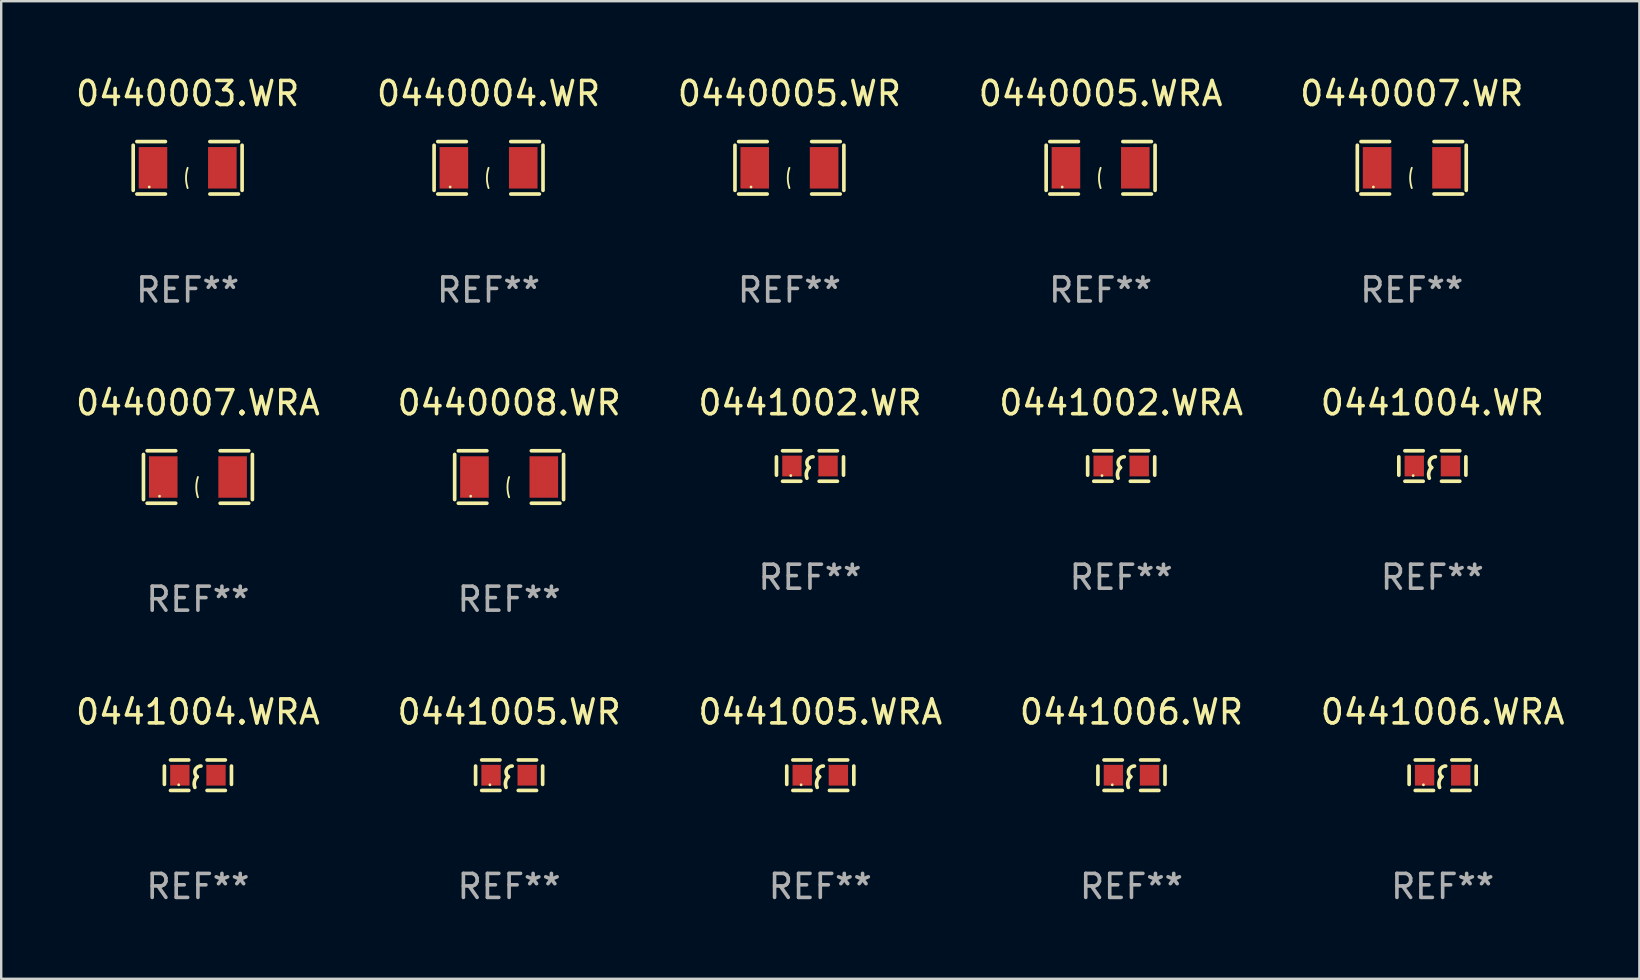
<source format=kicad_pcb>
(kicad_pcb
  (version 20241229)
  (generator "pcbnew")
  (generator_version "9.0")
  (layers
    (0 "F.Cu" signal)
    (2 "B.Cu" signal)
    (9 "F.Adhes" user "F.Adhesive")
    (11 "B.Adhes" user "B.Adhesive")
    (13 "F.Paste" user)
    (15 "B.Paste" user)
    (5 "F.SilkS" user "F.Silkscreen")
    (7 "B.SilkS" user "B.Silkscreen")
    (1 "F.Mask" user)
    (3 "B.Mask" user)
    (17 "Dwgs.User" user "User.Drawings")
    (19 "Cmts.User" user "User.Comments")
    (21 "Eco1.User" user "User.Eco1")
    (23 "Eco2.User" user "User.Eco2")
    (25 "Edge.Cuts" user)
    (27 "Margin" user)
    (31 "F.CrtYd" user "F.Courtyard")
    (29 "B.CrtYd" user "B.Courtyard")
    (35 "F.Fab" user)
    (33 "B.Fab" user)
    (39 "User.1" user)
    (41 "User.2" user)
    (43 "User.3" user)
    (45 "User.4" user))
  (footprint "0441005.WRA"
    (layer "F.Cu")
    (at 31.125 29.247)
    (property "Reference" "0441005.WRA" (at 0 -2.635 0) (layer "F.SilkS") (effects (font (size 1 1) (thickness 0.15))))
    (attr through_hole)
    (fp_line (start -1.397 -0.381) (end -1.397 0.381) (stroke (width 0.152) (type solid)) (layer "F.SilkS"))
    (fp_line (start -0.381 -0.635) (end -1.143 -0.635) (stroke (width 0.152) (type solid)) (layer "F.SilkS"))
    (fp_line (start -0.381 0.635) (end -1.143 0.635) (stroke (width 0.152) (type solid)) (layer "F.SilkS"))
    (fp_line (start 0.381 -0.635) (end 1.143 -0.635) (stroke (width 0.152) (type solid)) (layer "F.SilkS"))
    (fp_line (start 0.381 0.635) (end 1.143 0.635) (stroke (width 0.152) (type solid)) (layer "F.SilkS"))
    (fp_line (start 1.397 -0.381) (end 1.397 0.381) (stroke (width 0.152) (type solid)) (layer "F.SilkS"))
    (fp_arc (start -0.127 0.508001) (mid -0.146523 0.271131) (end -0.030861 0.0635) (stroke (width 0.151994) (type solid)) (layer "F.SilkS"))
    (fp_arc (start -0.03175 0.0635) (mid -0.113571 -0.216321) (end 0.127001 -0.381002) (stroke (width 0.151994) (type solid)) (layer "F.SilkS"))
    (fp_circle (center -0.8 0.4) (end -0.77 0.4) (stroke (width 0.06) (type solid)) (fill no) (layer "F.SilkS"))
    (fp_text user "REF**" (at 0 4.635 0) (layer "F.Fab") (effects (font (size 1 1) (thickness 0.15))))
    (pad "1" smd rect (at -0.753 0) (size 0.806 0.864) (layers "F.Cu" "F.Mask" "F.Paste"))
    (pad "2" smd rect (at 0.753 0) (size 0.806 0.864) (layers "F.Cu" "F.Mask" "F.Paste")))
  (footprint "0440005.WRA"
    (layer "F.Cu")
    (at 42.804 3.941)
    (property "Reference" "0440005.WRA" (at 0 -3.093 0) (layer "F.SilkS") (effects (font (size 1 1) (thickness 0.15))))
    (attr through_hole)
    (fp_line (start -2.269 -0.94) (end -2.269 0.94) (stroke (width 0.152) (type solid)) (layer "F.SilkS"))
    (fp_line (start -2.116 1.093) (end -0.926 1.093) (stroke (width 0.152) (type solid)) (layer "F.SilkS"))
    (fp_line (start -0.926 -1.093) (end -2.116 -1.093) (stroke (width 0.152) (type solid)) (layer "F.SilkS"))
    (fp_line (start 0.926 -1.093) (end 2.116 -1.093) (stroke (width 0.152) (type solid)) (layer "F.SilkS"))
    (fp_line (start 2.116 1.093) (end 0.926 1.093) (stroke (width 0.152) (type solid)) (layer "F.SilkS"))
    (fp_line (start 2.269 -0.94) (end 2.269 0.94) (stroke (width 0.152) (type solid)) (layer "F.SilkS"))
    (fp_arc (start 0 0.844951) (mid -0.068559 0.422475) (end 0 0) (stroke (width 0.0762) (type solid)) (layer "F.SilkS"))
    (fp_circle (center -1.6 0.8) (end -1.57 0.8) (stroke (width 0.06) (type solid)) (fill no) (layer "F.SilkS"))
    (fp_text user "REF**" (at 0 5.093 0) (layer "F.Fab") (effects (font (size 1 1) (thickness 0.15))))
    (pad "1" smd rect (at -1.445 0) (size 1.19 1.728) (layers "F.Cu" "F.Mask" "F.Paste"))
    (pad "2" smd rect (at 1.445 0) (size 1.19 1.728) (layers "F.Cu" "F.Mask" "F.Paste")))
  (footprint "0440003.WR"
    (layer "F.Cu")
    (at 4.768 3.941)
    (property "Reference" "0440003.WR" (at 0 -3.093 0) (layer "F.SilkS") (effects (font (size 1 1) (thickness 0.15))))
    (attr through_hole)
    (fp_line (start -2.269 -0.94) (end -2.269 0.94) (stroke (width 0.152) (type solid)) (layer "F.SilkS"))
    (fp_line (start -2.116 1.093) (end -0.926 1.093) (stroke (width 0.152) (type solid)) (layer "F.SilkS"))
    (fp_line (start -0.926 -1.093) (end -2.116 -1.093) (stroke (width 0.152) (type solid)) (layer "F.SilkS"))
    (fp_line (start 0.926 -1.093) (end 2.116 -1.093) (stroke (width 0.152) (type solid)) (layer "F.SilkS"))
    (fp_line (start 2.116 1.093) (end 0.926 1.093) (stroke (width 0.152) (type solid)) (layer "F.SilkS"))
    (fp_line (start 2.269 -0.94) (end 2.269 0.94) (stroke (width 0.152) (type solid)) (layer "F.SilkS"))
    (fp_arc (start 0 0.844951) (mid -0.068559 0.422475) (end 0 0) (stroke (width 0.0762) (type solid)) (layer "F.SilkS"))
    (fp_circle (center -1.6 0.8) (end -1.57 0.8) (stroke (width 0.06) (type solid)) (fill no) (layer "F.SilkS"))
    (fp_text user "REF**" (at 0 5.093 0) (layer "F.Fab") (effects (font (size 1 1) (thickness 0.15))))
    (pad "1" smd rect (at -1.445 0) (size 1.19 1.728) (layers "F.Cu" "F.Mask" "F.Paste"))
    (pad "2" smd rect (at 1.445 0) (size 1.19 1.728) (layers "F.Cu" "F.Mask" "F.Paste")))
  (footprint "0441005.WR"
    (layer "F.Cu")
    (at 18.161 29.247)
    (property "Reference" "0441005.WR" (at 0 -2.635 0) (layer "F.SilkS") (effects (font (size 1 1) (thickness 0.15))))
    (attr through_hole)
    (fp_line (start -1.397 -0.381) (end -1.397 0.381) (stroke (width 0.152) (type solid)) (layer "F.SilkS"))
    (fp_line (start -0.381 -0.635) (end -1.143 -0.635) (stroke (width 0.152) (type solid)) (layer "F.SilkS"))
    (fp_line (start -0.381 0.635) (end -1.143 0.635) (stroke (width 0.152) (type solid)) (layer "F.SilkS"))
    (fp_line (start 0.381 -0.635) (end 1.143 -0.635) (stroke (width 0.152) (type solid)) (layer "F.SilkS"))
    (fp_line (start 0.381 0.635) (end 1.143 0.635) (stroke (width 0.152) (type solid)) (layer "F.SilkS"))
    (fp_line (start 1.397 -0.381) (end 1.397 0.381) (stroke (width 0.152) (type solid)) (layer "F.SilkS"))
    (fp_arc (start -0.127 0.508001) (mid -0.146523 0.271131) (end -0.030861 0.0635) (stroke (width 0.151994) (type solid)) (layer "F.SilkS"))
    (fp_arc (start -0.03175 0.0635) (mid -0.113571 -0.216321) (end 0.127001 -0.381002) (stroke (width 0.151994) (type solid)) (layer "F.SilkS"))
    (fp_circle (center -0.8 0.4) (end -0.77 0.4) (stroke (width 0.06) (type solid)) (fill no) (layer "F.SilkS"))
    (fp_text user "REF**" (at 0 4.635 0) (layer "F.Fab") (effects (font (size 1 1) (thickness 0.15))))
    (pad "1" smd rect (at -0.753 0) (size 0.806 0.864) (layers "F.Cu" "F.Mask" "F.Paste"))
    (pad "2" smd rect (at 0.753 0) (size 0.806 0.864) (layers "F.Cu" "F.Mask" "F.Paste")))
  (footprint "0441006.WR"
    (layer "F.Cu")
    (at 44.089 29.247)
    (property "Reference" "0441006.WR" (at 0 -2.635 0) (layer "F.SilkS") (effects (font (size 1 1) (thickness 0.15))))
    (attr through_hole)
    (fp_line (start -1.397 -0.381) (end -1.397 0.381) (stroke (width 0.152) (type solid)) (layer "F.SilkS"))
    (fp_line (start -0.381 -0.635) (end -1.143 -0.635) (stroke (width 0.152) (type solid)) (layer "F.SilkS"))
    (fp_line (start -0.381 0.635) (end -1.143 0.635) (stroke (width 0.152) (type solid)) (layer "F.SilkS"))
    (fp_line (start 0.381 -0.635) (end 1.143 -0.635) (stroke (width 0.152) (type solid)) (layer "F.SilkS"))
    (fp_line (start 0.381 0.635) (end 1.143 0.635) (stroke (width 0.152) (type solid)) (layer "F.SilkS"))
    (fp_line (start 1.397 -0.381) (end 1.397 0.381) (stroke (width 0.152) (type solid)) (layer "F.SilkS"))
    (fp_arc (start -0.127 0.508001) (mid -0.146523 0.271131) (end -0.030861 0.0635) (stroke (width 0.151994) (type solid)) (layer "F.SilkS"))
    (fp_arc (start -0.03175 0.0635) (mid -0.113571 -0.216321) (end 0.127001 -0.381002) (stroke (width 0.151994) (type solid)) (layer "F.SilkS"))
    (fp_circle (center -0.8 0.4) (end -0.77 0.4) (stroke (width 0.06) (type solid)) (fill no) (layer "F.SilkS"))
    (fp_text user "REF**" (at 0 4.635 0) (layer "F.Fab") (effects (font (size 1 1) (thickness 0.15))))
    (pad "1" smd rect (at -0.753 0) (size 0.806 0.864) (layers "F.Cu" "F.Mask" "F.Paste"))
    (pad "2" smd rect (at 0.753 0) (size 0.806 0.864) (layers "F.Cu" "F.Mask" "F.Paste")))
  (footprint "0440007.WR"
    (layer "F.Cu")
    (at 55.768 3.941)
    (property "Reference" "0440007.WR" (at 0 -3.093 0) (layer "F.SilkS") (effects (font (size 1 1) (thickness 0.15))))
    (attr through_hole)
    (fp_line (start -2.269 -0.94) (end -2.269 0.94) (stroke (width 0.152) (type solid)) (layer "F.SilkS"))
    (fp_line (start -2.116 1.093) (end -0.926 1.093) (stroke (width 0.152) (type solid)) (layer "F.SilkS"))
    (fp_line (start -0.926 -1.093) (end -2.116 -1.093) (stroke (width 0.152) (type solid)) (layer "F.SilkS"))
    (fp_line (start 0.926 -1.093) (end 2.116 -1.093) (stroke (width 0.152) (type solid)) (layer "F.SilkS"))
    (fp_line (start 2.116 1.093) (end 0.926 1.093) (stroke (width 0.152) (type solid)) (layer "F.SilkS"))
    (fp_line (start 2.269 -0.94) (end 2.269 0.94) (stroke (width 0.152) (type solid)) (layer "F.SilkS"))
    (fp_arc (start 0 0.844951) (mid -0.068559 0.422475) (end 0 0) (stroke (width 0.0762) (type solid)) (layer "F.SilkS"))
    (fp_circle (center -1.6 0.8) (end -1.57 0.8) (stroke (width 0.06) (type solid)) (fill no) (layer "F.SilkS"))
    (fp_text user "REF**" (at 0 5.093 0) (layer "F.Fab") (effects (font (size 1 1) (thickness 0.15))))
    (pad "1" smd rect (at -1.445 0) (size 1.19 1.728) (layers "F.Cu" "F.Mask" "F.Paste"))
    (pad "2" smd rect (at 1.445 0) (size 1.19 1.728) (layers "F.Cu" "F.Mask" "F.Paste")))
  (footprint "0441002.WRA"
    (layer "F.Cu")
    (at 43.661 16.365)
    (property "Reference" "0441002.WRA" (at 0 -2.635 0) (layer "F.SilkS") (effects (font (size 1 1) (thickness 0.15))))
    (attr through_hole)
    (fp_line (start -1.397 -0.381) (end -1.397 0.381) (stroke (width 0.152) (type solid)) (layer "F.SilkS"))
    (fp_line (start -0.381 -0.635) (end -1.143 -0.635) (stroke (width 0.152) (type solid)) (layer "F.SilkS"))
    (fp_line (start -0.381 0.635) (end -1.143 0.635) (stroke (width 0.152) (type solid)) (layer "F.SilkS"))
    (fp_line (start 0.381 -0.635) (end 1.143 -0.635) (stroke (width 0.152) (type solid)) (layer "F.SilkS"))
    (fp_line (start 0.381 0.635) (end 1.143 0.635) (stroke (width 0.152) (type solid)) (layer "F.SilkS"))
    (fp_line (start 1.397 -0.381) (end 1.397 0.381) (stroke (width 0.152) (type solid)) (layer "F.SilkS"))
    (fp_arc (start -0.127 0.508001) (mid -0.146523 0.271131) (end -0.030861 0.0635) (stroke (width 0.151994) (type solid)) (layer "F.SilkS"))
    (fp_arc (start -0.03175 0.0635) (mid -0.113571 -0.216321) (end 0.127001 -0.381002) (stroke (width 0.151994) (type solid)) (layer "F.SilkS"))
    (fp_circle (center -0.8 0.4) (end -0.77 0.4) (stroke (width 0.06) (type solid)) (fill no) (layer "F.SilkS"))
    (fp_text user "REF**" (at 0 4.635 0) (layer "F.Fab") (effects (font (size 1 1) (thickness 0.15))))
    (pad "1" smd rect (at -0.753 0) (size 0.806 0.864) (layers "F.Cu" "F.Mask" "F.Paste"))
    (pad "2" smd rect (at 0.753 0) (size 0.806 0.864) (layers "F.Cu" "F.Mask" "F.Paste")))
  (footprint "0441004.WR"
    (layer "F.Cu")
    (at 56.625 16.365)
    (property "Reference" "0441004.WR" (at 0 -2.635 0) (layer "F.SilkS") (effects (font (size 1 1) (thickness 0.15))))
    (attr through_hole)
    (fp_line (start -1.397 -0.381) (end -1.397 0.381) (stroke (width 0.152) (type solid)) (layer "F.SilkS"))
    (fp_line (start -0.381 -0.635) (end -1.143 -0.635) (stroke (width 0.152) (type solid)) (layer "F.SilkS"))
    (fp_line (start -0.381 0.635) (end -1.143 0.635) (stroke (width 0.152) (type solid)) (layer "F.SilkS"))
    (fp_line (start 0.381 -0.635) (end 1.143 -0.635) (stroke (width 0.152) (type solid)) (layer "F.SilkS"))
    (fp_line (start 0.381 0.635) (end 1.143 0.635) (stroke (width 0.152) (type solid)) (layer "F.SilkS"))
    (fp_line (start 1.397 -0.381) (end 1.397 0.381) (stroke (width 0.152) (type solid)) (layer "F.SilkS"))
    (fp_arc (start -0.127 0.508001) (mid -0.146523 0.271131) (end -0.030861 0.0635) (stroke (width 0.151994) (type solid)) (layer "F.SilkS"))
    (fp_arc (start -0.03175 0.0635) (mid -0.113571 -0.216321) (end 0.127001 -0.381002) (stroke (width 0.151994) (type solid)) (layer "F.SilkS"))
    (fp_circle (center -0.8 0.4) (end -0.77 0.4) (stroke (width 0.06) (type solid)) (fill no) (layer "F.SilkS"))
    (fp_text user "REF**" (at 0 4.635 0) (layer "F.Fab") (effects (font (size 1 1) (thickness 0.15))))
    (pad "1" smd rect (at -0.753 0) (size 0.806 0.864) (layers "F.Cu" "F.Mask" "F.Paste"))
    (pad "2" smd rect (at 0.753 0) (size 0.806 0.864) (layers "F.Cu" "F.Mask" "F.Paste")))
  (footprint "0440005.WR"
    (layer "F.Cu")
    (at 29.839 3.941)
    (property "Reference" "0440005.WR" (at 0 -3.093 0) (layer "F.SilkS") (effects (font (size 1 1) (thickness 0.15))))
    (attr through_hole)
    (fp_line (start -2.269 -0.94) (end -2.269 0.94) (stroke (width 0.152) (type solid)) (layer "F.SilkS"))
    (fp_line (start -2.116 1.093) (end -0.926 1.093) (stroke (width 0.152) (type solid)) (layer "F.SilkS"))
    (fp_line (start -0.926 -1.093) (end -2.116 -1.093) (stroke (width 0.152) (type solid)) (layer "F.SilkS"))
    (fp_line (start 0.926 -1.093) (end 2.116 -1.093) (stroke (width 0.152) (type solid)) (layer "F.SilkS"))
    (fp_line (start 2.116 1.093) (end 0.926 1.093) (stroke (width 0.152) (type solid)) (layer "F.SilkS"))
    (fp_line (start 2.269 -0.94) (end 2.269 0.94) (stroke (width 0.152) (type solid)) (layer "F.SilkS"))
    (fp_arc (start 0 0.844951) (mid -0.068559 0.422475) (end 0 0) (stroke (width 0.0762) (type solid)) (layer "F.SilkS"))
    (fp_circle (center -1.6 0.8) (end -1.57 0.8) (stroke (width 0.06) (type solid)) (fill no) (layer "F.SilkS"))
    (fp_text user "REF**" (at 0 5.093 0) (layer "F.Fab") (effects (font (size 1 1) (thickness 0.15))))
    (pad "1" smd rect (at -1.445 0) (size 1.19 1.728) (layers "F.Cu" "F.Mask" "F.Paste"))
    (pad "2" smd rect (at 1.445 0) (size 1.19 1.728) (layers "F.Cu" "F.Mask" "F.Paste")))
  (footprint "0441002.WR"
    (layer "F.Cu")
    (at 30.696 16.365)
    (property "Reference" "0441002.WR" (at 0 -2.635 0) (layer "F.SilkS") (effects (font (size 1 1) (thickness 0.15))))
    (attr through_hole)
    (fp_line (start -1.397 -0.381) (end -1.397 0.381) (stroke (width 0.152) (type solid)) (layer "F.SilkS"))
    (fp_line (start -0.381 -0.635) (end -1.143 -0.635) (stroke (width 0.152) (type solid)) (layer "F.SilkS"))
    (fp_line (start -0.381 0.635) (end -1.143 0.635) (stroke (width 0.152) (type solid)) (layer "F.SilkS"))
    (fp_line (start 0.381 -0.635) (end 1.143 -0.635) (stroke (width 0.152) (type solid)) (layer "F.SilkS"))
    (fp_line (start 0.381 0.635) (end 1.143 0.635) (stroke (width 0.152) (type solid)) (layer "F.SilkS"))
    (fp_line (start 1.397 -0.381) (end 1.397 0.381) (stroke (width 0.152) (type solid)) (layer "F.SilkS"))
    (fp_arc (start -0.127 0.508001) (mid -0.146523 0.271131) (end -0.030861 0.0635) (stroke (width 0.151994) (type solid)) (layer "F.SilkS"))
    (fp_arc (start -0.03175 0.0635) (mid -0.113571 -0.216321) (end 0.127001 -0.381002) (stroke (width 0.151994) (type solid)) (layer "F.SilkS"))
    (fp_circle (center -0.8 0.4) (end -0.77 0.4) (stroke (width 0.06) (type solid)) (fill no) (layer "F.SilkS"))
    (fp_text user "REF**" (at 0 4.635 0) (layer "F.Fab") (effects (font (size 1 1) (thickness 0.15))))
    (pad "1" smd rect (at -0.753 0) (size 0.806 0.864) (layers "F.Cu" "F.Mask" "F.Paste"))
    (pad "2" smd rect (at 0.753 0) (size 0.806 0.864) (layers "F.Cu" "F.Mask" "F.Paste")))
  (footprint "0440008.WR"
    (layer "F.Cu")
    (at 18.161 16.823)
    (property "Reference" "0440008.WR" (at 0 -3.093 0) (layer "F.SilkS") (effects (font (size 1 1) (thickness 0.15))))
    (attr through_hole)
    (fp_line (start -2.269 -0.94) (end -2.269 0.94) (stroke (width 0.152) (type solid)) (layer "F.SilkS"))
    (fp_line (start -2.116 1.093) (end -0.926 1.093) (stroke (width 0.152) (type solid)) (layer "F.SilkS"))
    (fp_line (start -0.926 -1.093) (end -2.116 -1.093) (stroke (width 0.152) (type solid)) (layer "F.SilkS"))
    (fp_line (start 0.926 -1.093) (end 2.116 -1.093) (stroke (width 0.152) (type solid)) (layer "F.SilkS"))
    (fp_line (start 2.116 1.093) (end 0.926 1.093) (stroke (width 0.152) (type solid)) (layer "F.SilkS"))
    (fp_line (start 2.269 -0.94) (end 2.269 0.94) (stroke (width 0.152) (type solid)) (layer "F.SilkS"))
    (fp_arc (start 0 0.844951) (mid -0.068559 0.422475) (end 0 0) (stroke (width 0.0762) (type solid)) (layer "F.SilkS"))
    (fp_circle (center -1.6 0.8) (end -1.57 0.8) (stroke (width 0.06) (type solid)) (fill no) (layer "F.SilkS"))
    (fp_text user "REF**" (at 0 5.093 0) (layer "F.Fab") (effects (font (size 1 1) (thickness 0.15))))
    (pad "1" smd rect (at -1.445 0) (size 1.19 1.728) (layers "F.Cu" "F.Mask" "F.Paste"))
    (pad "2" smd rect (at 1.445 0) (size 1.19 1.728) (layers "F.Cu" "F.Mask" "F.Paste")))
  (footprint "0440004.WR"
    (layer "F.Cu")
    (at 17.304 3.941)
    (property "Reference" "0440004.WR" (at 0 -3.093 0) (layer "F.SilkS") (effects (font (size 1 1) (thickness 0.15))))
    (attr through_hole)
    (fp_line (start -2.269 -0.94) (end -2.269 0.94) (stroke (width 0.152) (type solid)) (layer "F.SilkS"))
    (fp_line (start -2.116 1.093) (end -0.926 1.093) (stroke (width 0.152) (type solid)) (layer "F.SilkS"))
    (fp_line (start -0.926 -1.093) (end -2.116 -1.093) (stroke (width 0.152) (type solid)) (layer "F.SilkS"))
    (fp_line (start 0.926 -1.093) (end 2.116 -1.093) (stroke (width 0.152) (type solid)) (layer "F.SilkS"))
    (fp_line (start 2.116 1.093) (end 0.926 1.093) (stroke (width 0.152) (type solid)) (layer "F.SilkS"))
    (fp_line (start 2.269 -0.94) (end 2.269 0.94) (stroke (width 0.152) (type solid)) (layer "F.SilkS"))
    (fp_arc (start 0 0.844951) (mid -0.068559 0.422475) (end 0 0) (stroke (width 0.0762) (type solid)) (layer "F.SilkS"))
    (fp_circle (center -1.6 0.8) (end -1.57 0.8) (stroke (width 0.06) (type solid)) (fill no) (layer "F.SilkS"))
    (fp_text user "REF**" (at 0 5.093 0) (layer "F.Fab") (effects (font (size 1 1) (thickness 0.15))))
    (pad "1" smd rect (at -1.445 0) (size 1.19 1.728) (layers "F.Cu" "F.Mask" "F.Paste"))
    (pad "2" smd rect (at 1.445 0) (size 1.19 1.728) (layers "F.Cu" "F.Mask" "F.Paste")))
  (footprint "0441006.WRA"
    (layer "F.Cu")
    (at 57.054 29.247)
    (property "Reference" "0441006.WRA" (at 0 -2.635 0) (layer "F.SilkS") (effects (font (size 1 1) (thickness 0.15))))
    (attr through_hole)
    (fp_line (start -1.397 -0.381) (end -1.397 0.381) (stroke (width 0.152) (type solid)) (layer "F.SilkS"))
    (fp_line (start -0.381 -0.635) (end -1.143 -0.635) (stroke (width 0.152) (type solid)) (layer "F.SilkS"))
    (fp_line (start -0.381 0.635) (end -1.143 0.635) (stroke (width 0.152) (type solid)) (layer "F.SilkS"))
    (fp_line (start 0.381 -0.635) (end 1.143 -0.635) (stroke (width 0.152) (type solid)) (layer "F.SilkS"))
    (fp_line (start 0.381 0.635) (end 1.143 0.635) (stroke (width 0.152) (type solid)) (layer "F.SilkS"))
    (fp_line (start 1.397 -0.381) (end 1.397 0.381) (stroke (width 0.152) (type solid)) (layer "F.SilkS"))
    (fp_arc (start -0.127 0.508001) (mid -0.146523 0.271131) (end -0.030861 0.0635) (stroke (width 0.151994) (type solid)) (layer "F.SilkS"))
    (fp_arc (start -0.03175 0.0635) (mid -0.113571 -0.216321) (end 0.127001 -0.381002) (stroke (width 0.151994) (type solid)) (layer "F.SilkS"))
    (fp_circle (center -0.8 0.4) (end -0.77 0.4) (stroke (width 0.06) (type solid)) (fill no) (layer "F.SilkS"))
    (fp_text user "REF**" (at 0 4.635 0) (layer "F.Fab") (effects (font (size 1 1) (thickness 0.15))))
    (pad "1" smd rect (at -0.753 0) (size 0.806 0.864) (layers "F.Cu" "F.Mask" "F.Paste"))
    (pad "2" smd rect (at 0.753 0) (size 0.806 0.864) (layers "F.Cu" "F.Mask" "F.Paste")))
  (footprint "0440007.WRA"
    (layer "F.Cu")
    (at 5.196 16.823)
    (property "Reference" "0440007.WRA" (at 0 -3.093 0) (layer "F.SilkS") (effects (font (size 1 1) (thickness 0.15))))
    (attr through_hole)
    (fp_line (start -2.269 -0.94) (end -2.269 0.94) (stroke (width 0.152) (type solid)) (layer "F.SilkS"))
    (fp_line (start -2.116 1.093) (end -0.926 1.093) (stroke (width 0.152) (type solid)) (layer "F.SilkS"))
    (fp_line (start -0.926 -1.093) (end -2.116 -1.093) (stroke (width 0.152) (type solid)) (layer "F.SilkS"))
    (fp_line (start 0.926 -1.093) (end 2.116 -1.093) (stroke (width 0.152) (type solid)) (layer "F.SilkS"))
    (fp_line (start 2.116 1.093) (end 0.926 1.093) (stroke (width 0.152) (type solid)) (layer "F.SilkS"))
    (fp_line (start 2.269 -0.94) (end 2.269 0.94) (stroke (width 0.152) (type solid)) (layer "F.SilkS"))
    (fp_arc (start 0 0.844951) (mid -0.068559 0.422475) (end 0 0) (stroke (width 0.0762) (type solid)) (layer "F.SilkS"))
    (fp_circle (center -1.6 0.8) (end -1.57 0.8) (stroke (width 0.06) (type solid)) (fill no) (layer "F.SilkS"))
    (fp_text user "REF**" (at 0 5.093 0) (layer "F.Fab") (effects (font (size 1 1) (thickness 0.15))))
    (pad "1" smd rect (at -1.445 0) (size 1.19 1.728) (layers "F.Cu" "F.Mask" "F.Paste"))
    (pad "2" smd rect (at 1.445 0) (size 1.19 1.728) (layers "F.Cu" "F.Mask" "F.Paste")))
  (footprint "0441004.WRA"
    (layer "F.Cu")
    (at 5.196 29.247)
    (property "Reference" "0441004.WRA" (at 0 -2.635 0) (layer "F.SilkS") (effects (font (size 1 1) (thickness 0.15))))
    (attr through_hole)
    (fp_line (start -1.397 -0.381) (end -1.397 0.381) (stroke (width 0.152) (type solid)) (layer "F.SilkS"))
    (fp_line (start -0.381 -0.635) (end -1.143 -0.635) (stroke (width 0.152) (type solid)) (layer "F.SilkS"))
    (fp_line (start -0.381 0.635) (end -1.143 0.635) (stroke (width 0.152) (type solid)) (layer "F.SilkS"))
    (fp_line (start 0.381 -0.635) (end 1.143 -0.635) (stroke (width 0.152) (type solid)) (layer "F.SilkS"))
    (fp_line (start 0.381 0.635) (end 1.143 0.635) (stroke (width 0.152) (type solid)) (layer "F.SilkS"))
    (fp_line (start 1.397 -0.381) (end 1.397 0.381) (stroke (width 0.152) (type solid)) (layer "F.SilkS"))
    (fp_arc (start -0.127 0.508001) (mid -0.146523 0.271131) (end -0.030861 0.0635) (stroke (width 0.151994) (type solid)) (layer "F.SilkS"))
    (fp_arc (start -0.03175 0.0635) (mid -0.113571 -0.216321) (end 0.127001 -0.381002) (stroke (width 0.151994) (type solid)) (layer "F.SilkS"))
    (fp_circle (center -0.8 0.4) (end -0.77 0.4) (stroke (width 0.06) (type solid)) (fill no) (layer "F.SilkS"))
    (fp_text user "REF**" (at 0 4.635 0) (layer "F.Fab") (effects (font (size 1 1) (thickness 0.15))))
    (pad "1" smd rect (at -0.753 0) (size 0.806 0.864) (layers "F.Cu" "F.Mask" "F.Paste"))
    (pad "2" smd rect (at 0.753 0) (size 0.806 0.864) (layers "F.Cu" "F.Mask" "F.Paste")))
  (gr_rect
    (start -3 -3)
    (end 65.25 37.73)
    (stroke (width 0.1) (type default))
    (fill no)
    (layer "Edge.Cuts")))
</source>
